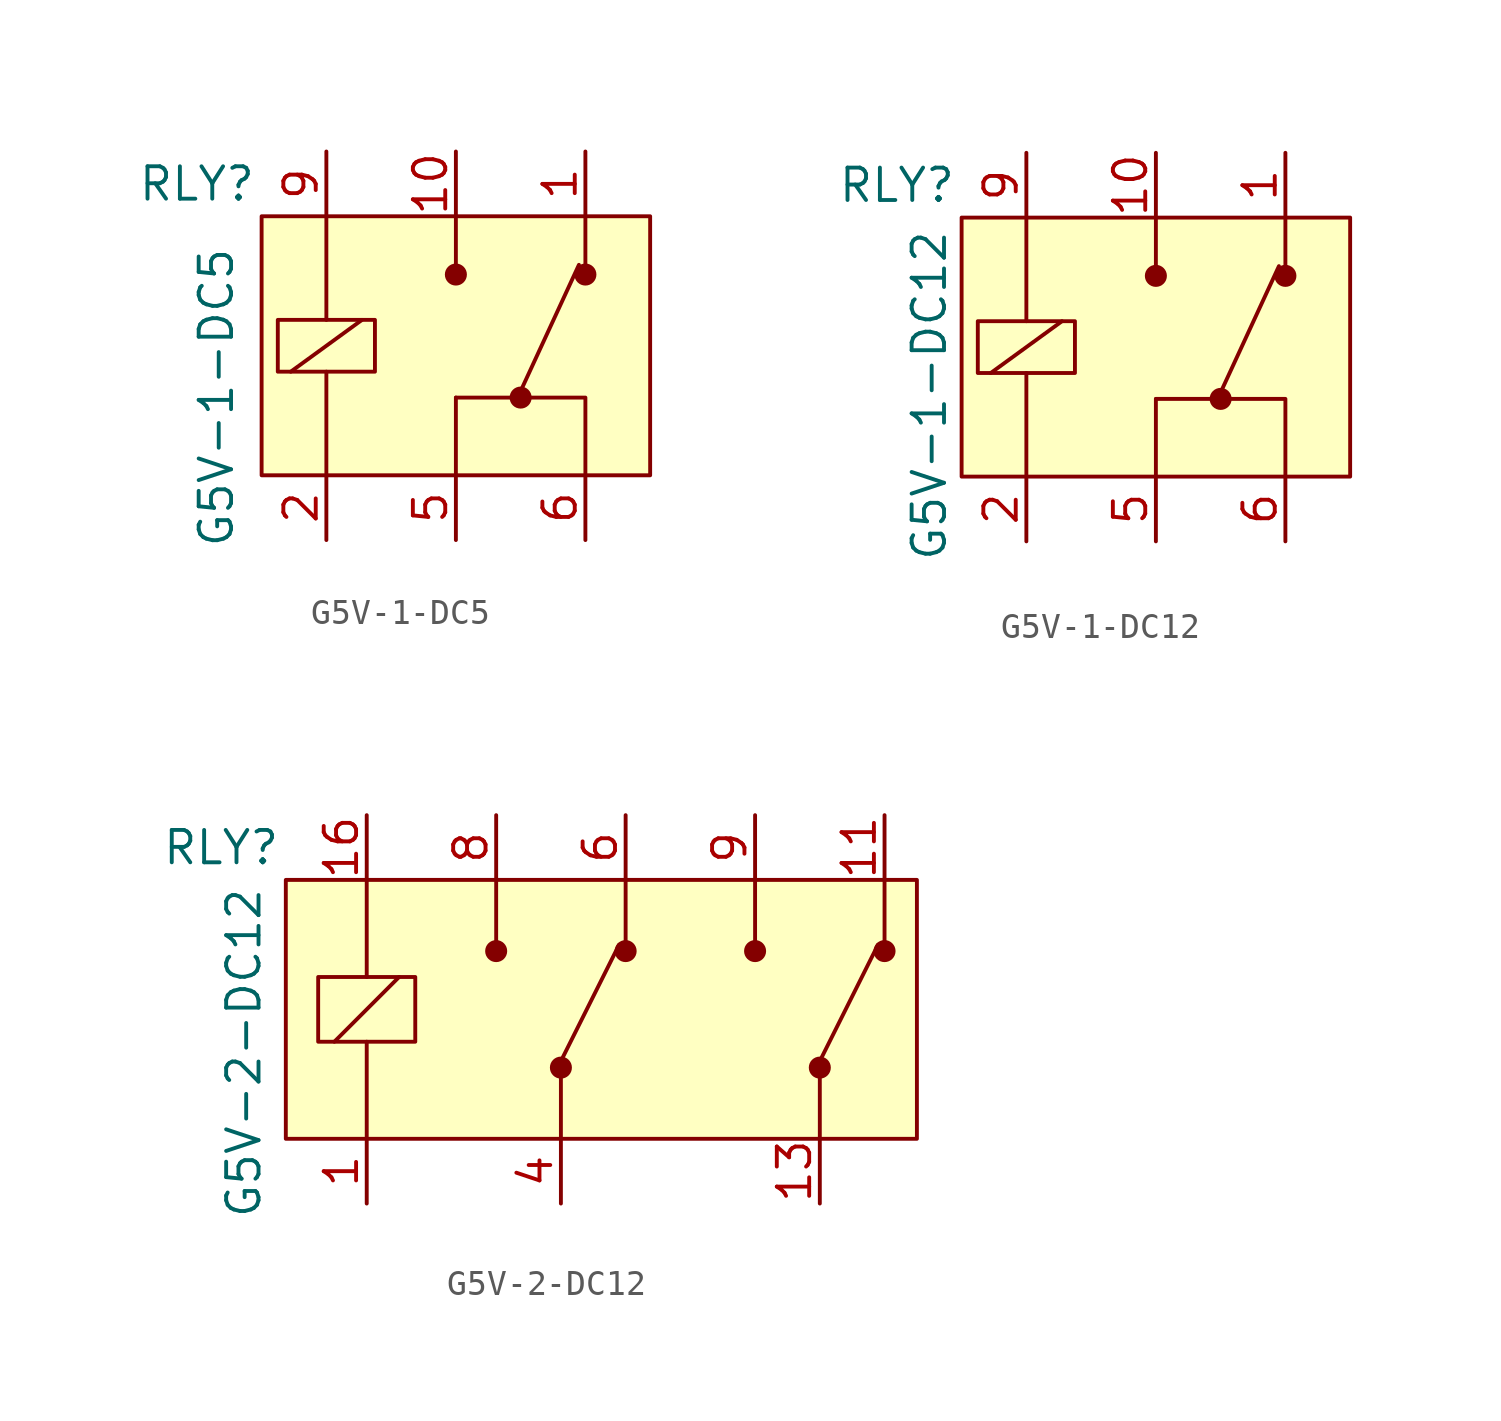
<source format=kicad_sym>
(kicad_symbol_lib
  (version 20231120)
  (generator "kicad_symbol_editor")
  (generator_version "8.0")
  (symbol "G5V-1-DC5"
    (pin_names
      (offset 1.016) hide)
    (property "Reference" "RLY"
      (at -10.16 6.35 0)
      (effects (font (size 1.27 1.27))))
    (property "Value" "G5V-1-DC5"
      (at -9.398 -2.032 90)
      (effects (font (size 1.27 1.27))))
    (symbol "G5V-1-DC5_0_1"
      (rectangle (start -7.62 5.08) (end 7.62 -5.08) (stroke (width 0) (type default)) (fill (type background)))
      (rectangle (start -6.985 1.016) (end -3.175 -1.016) (stroke (width 0) (type default)) (fill (type none)))
      (polyline (pts (xy -6.477 -1.016) (xy -3.683 1.016)) (stroke (width 0) (type default)) (fill (type none)))
      (polyline (pts (xy -5.08 -1.016) (xy -5.08 -5.08)) (stroke (width 0) (type default)) (fill (type none)))
      (polyline (pts (xy -5.08 1.016) (xy -5.08 5.08)) (stroke (width 0) (type default)) (fill (type none)))
      (polyline (pts (xy 0 -5.08) (xy 0 -2.032)) (stroke (width 0) (type default)) (fill (type none)))
      (polyline (pts (xy 0 5.08) (xy 0 3.048)) (stroke (width 0) (type default)) (fill (type none)))
      (polyline (pts (xy 2.54 -1.778) (xy 4.826 3.175)) (stroke (width 0) (type default)) (fill (type none)))
      (polyline (pts (xy 5.08 5.08) (xy 5.08 3.048)) (stroke (width 0) (type default)) (fill (type none)))
      (polyline (pts (xy 5.08 -5.08) (xy 5.08 -2.032) (xy 0 -2.032)) (stroke (width 0) (type default)) (fill (type none)))
      (circle (center 0 2.794) (radius 0.356) (stroke (width 0) (type default)) (fill (type outline)))
      (circle (center 2.54 -2.032) (radius 0.356) (stroke (width 0) (type default)) (fill (type outline)))
      (circle (center 5.08 2.794) (radius 0.356) (stroke (width 0) (type default)) (fill (type outline))))
    (symbol "G5V-1-DC5_1_1"
      (pin passive line (at 5.08 7.62 270) (length 2.54) (name "NC" (effects (font (size 1.27 1.27)))) (number "1" (effects (font (size 1.27 1.27)))))
      (pin passive line (at 0 7.62 270) (length 2.54) (name "NO" (effects (font (size 1.27 1.27)))) (number "10" (effects (font (size 1.27 1.27)))))
      (pin passive line (at -5.08 -7.62 90) (length 2.54) (name "COIL" (effects (font (size 1.27 1.27)))) (number "2" (effects (font (size 1.27 1.27)))))
      (pin passive line (at 0 -7.62 90) (length 2.54) (name "COM" (effects (font (size 1.27 1.27)))) (number "5" (effects (font (size 1.27 1.27)))))
      (pin passive line (at 5.08 -7.62 90) (length 2.54) (name "COM" (effects (font (size 1.27 1.27)))) (number "6" (effects (font (size 1.27 1.27)))))
      (pin passive line (at -5.08 7.62 270) (length 2.54) (name "COIL" (effects (font (size 1.27 1.27)))) (number "9" (effects (font (size 1.27 1.27)))))))
  (symbol "G5V-1-DC12"
    (pin_names
      (offset 1.016) hide)
    (property "Reference" "RLY"
      (at -10.16 6.35 0)
      (effects (font (size 1.27 1.27))))
    (property "Value" "G5V-1-DC12"
      (at -8.89 -1.905 90)
      (effects (font (size 1.27 1.27))))
    (symbol "G5V-1-DC12_0_1"
      (rectangle (start -7.62 5.08) (end 7.62 -5.08) (stroke (width 0) (type default)) (fill (type background)))
      (rectangle (start -6.985 1.016) (end -3.175 -1.016) (stroke (width 0) (type default)) (fill (type none)))
      (polyline (pts (xy -6.477 -1.016) (xy -3.683 1.016)) (stroke (width 0) (type default)) (fill (type none)))
      (polyline (pts (xy -5.08 -1.016) (xy -5.08 -5.08)) (stroke (width 0) (type default)) (fill (type none)))
      (polyline (pts (xy -5.08 1.016) (xy -5.08 5.08)) (stroke (width 0) (type default)) (fill (type none)))
      (polyline (pts (xy 0 -5.08) (xy 0 -2.032)) (stroke (width 0) (type default)) (fill (type none)))
      (polyline (pts (xy 0 5.08) (xy 0 3.048)) (stroke (width 0) (type default)) (fill (type none)))
      (polyline (pts (xy 2.54 -1.778) (xy 4.826 3.175)) (stroke (width 0) (type default)) (fill (type none)))
      (polyline (pts (xy 5.08 5.08) (xy 5.08 3.048)) (stroke (width 0) (type default)) (fill (type none)))
      (polyline (pts (xy 5.08 -5.08) (xy 5.08 -2.032) (xy 0 -2.032)) (stroke (width 0) (type default)) (fill (type none)))
      (circle (center 0 2.794) (radius 0.356) (stroke (width 0) (type default)) (fill (type outline)))
      (circle (center 2.54 -2.032) (radius 0.356) (stroke (width 0) (type default)) (fill (type outline)))
      (circle (center 5.08 2.794) (radius 0.356) (stroke (width 0) (type default)) (fill (type outline))))
    (symbol "G5V-1-DC12_1_1"
      (pin passive line (at 5.08 7.62 270) (length 2.54) (name "NC" (effects (font (size 1.27 1.27)))) (number "1" (effects (font (size 1.27 1.27)))))
      (pin passive line (at 0 7.62 270) (length 2.54) (name "NO" (effects (font (size 1.27 1.27)))) (number "10" (effects (font (size 1.27 1.27)))))
      (pin passive line (at -5.08 -7.62 90) (length 2.54) (name "COIL" (effects (font (size 1.27 1.27)))) (number "2" (effects (font (size 1.27 1.27)))))
      (pin passive line (at 0 -7.62 90) (length 2.54) (name "COM" (effects (font (size 1.27 1.27)))) (number "5" (effects (font (size 1.27 1.27)))))
      (pin passive line (at 5.08 -7.62 90) (length 2.54) (name "COM" (effects (font (size 1.27 1.27)))) (number "6" (effects (font (size 1.27 1.27)))))
      (pin passive line (at -5.08 7.62 270) (length 2.54) (name "COIL" (effects (font (size 1.27 1.27)))) (number "9" (effects (font (size 1.27 1.27)))))))
  (symbol "G5V-2-DC12"
    (pin_names
      (offset 1.016) hide)
    (property "Reference" "RLY"
      (at -15.875 6.35 0)
      (effects (font (size 1.27 1.27))))
    (property "Value" "G5V-2-DC12"
      (at -14.986 4.826 90)
      (effects (font (size 1.27 1.27)) (justify right)))
    (symbol "G5V-2-DC12_0_1"
      (rectangle (start -13.335 5.08) (end 11.43 -5.08) (stroke (width 0) (type default)) (fill (type background)))
      (rectangle (start -12.065 1.27) (end -8.255 -1.27) (stroke (width 0) (type default)) (fill (type none)))
      (circle (center -5.08 2.286) (radius 0.356) (stroke (width 0) (type default)) (fill (type outline)))
      (circle (center -2.54 -2.286) (radius 0.356) (stroke (width 0) (type default)) (fill (type outline)))
      (polyline (pts (xy -11.43 -1.27) (xy -8.89 1.27)) (stroke (width 0) (type default)) (fill (type none)))
      (polyline (pts (xy -10.16 -1.27) (xy -10.16 -5.08)) (stroke (width 0) (type default)) (fill (type none)))
      (polyline (pts (xy -10.16 5.08) (xy -10.16 1.27)) (stroke (width 0) (type default)) (fill (type none)))
      (polyline (pts (xy -5.08 5.08) (xy -5.08 2.54)) (stroke (width 0) (type default)) (fill (type none)))
      (polyline (pts (xy -2.54 -5.08) (xy -2.54 -2.54)) (stroke (width 0) (type default)) (fill (type none)))
      (polyline (pts (xy -2.54 -2.032) (xy -0.254 2.54)) (stroke (width 0) (type default)) (fill (type none)))
      (polyline (pts (xy 0 5.08) (xy 0 2.54)) (stroke (width 0) (type default)) (fill (type none)))
      (polyline (pts (xy 5.08 5.08) (xy 5.08 2.54)) (stroke (width 0) (type default)) (fill (type none)))
      (polyline (pts (xy 7.62 -5.08) (xy 7.62 -2.54)) (stroke (width 0) (type default)) (fill (type none)))
      (polyline (pts (xy 7.62 -2.032) (xy 9.906 2.54)) (stroke (width 0) (type default)) (fill (type none)))
      (polyline (pts (xy 10.16 5.08) (xy 10.16 2.54)) (stroke (width 0) (type default)) (fill (type none)))
      (circle (center 0 2.286) (radius 0.356) (stroke (width 0) (type default)) (fill (type outline)))
      (circle (center 5.08 2.286) (radius 0.356) (stroke (width 0) (type default)) (fill (type outline)))
      (circle (center 7.62 -2.286) (radius 0.356) (stroke (width 0) (type default)) (fill (type outline)))
      (circle (center 10.16 2.286) (radius 0.356) (stroke (width 0) (type default)) (fill (type outline))))
    (symbol "G5V-2-DC12_1_1"
      (pin passive line (at -10.16 -7.62 90) (length 2.54) (name "COIL" (effects (font (size 1.27 1.27)))) (number "1" (effects (font (size 1.27 1.27)))))
      (pin passive line (at 10.16 7.62 270) (length 2.54) (name "NC2" (effects (font (size 1.27 1.27)))) (number "11" (effects (font (size 1.27 1.27)))))
      (pin passive line (at 7.62 -7.62 90) (length 2.54) (name "COM2" (effects (font (size 1.27 1.27)))) (number "13" (effects (font (size 1.27 1.27)))))
      (pin passive line (at -10.16 7.62 270) (length 2.54) (name "COIL" (effects (font (size 1.27 1.27)))) (number "16" (effects (font (size 1.27 1.27)))))
      (pin passive line (at -2.54 -7.62 90) (length 2.54) (name "COM1" (effects (font (size 1.27 1.27)))) (number "4" (effects (font (size 1.27 1.27)))))
      (pin passive line (at 0 7.62 270) (length 2.54) (name "NC1" (effects (font (size 1.27 1.27)))) (number "6" (effects (font (size 1.27 1.27)))))
      (pin passive line (at -5.08 7.62 270) (length 2.54) (name "NO1" (effects (font (size 1.27 1.27)))) (number "8" (effects (font (size 1.27 1.27)))))
      (pin passive line (at 5.08 7.62 270) (length 2.54) (name "NO2" (effects (font (size 1.27 1.27)))) (number "9" (effects (font (size 1.27 1.27))))))))
</source>
